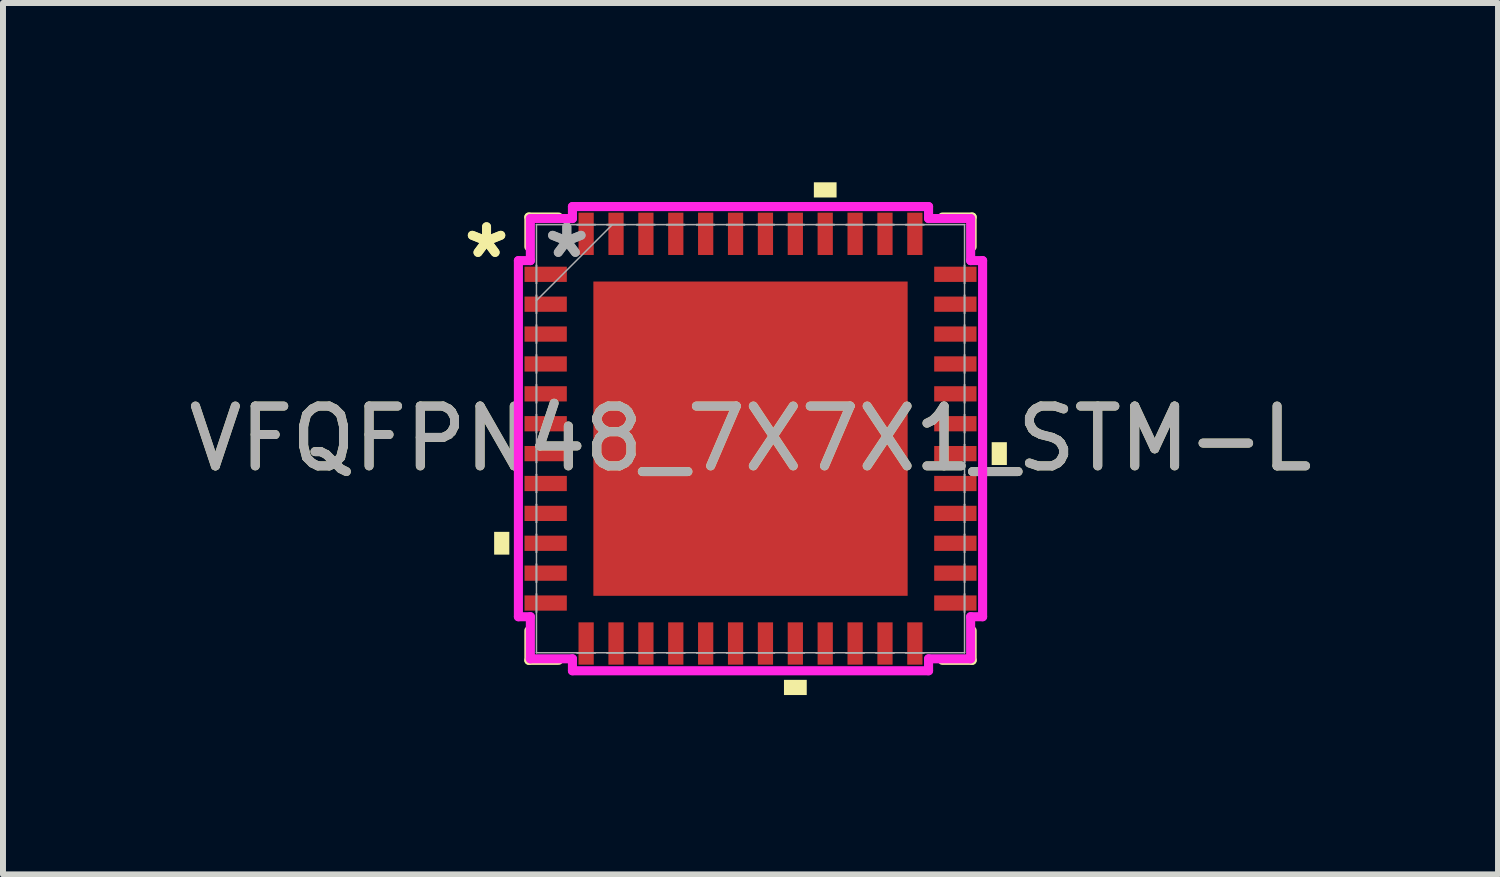
<source format=kicad_pcb>
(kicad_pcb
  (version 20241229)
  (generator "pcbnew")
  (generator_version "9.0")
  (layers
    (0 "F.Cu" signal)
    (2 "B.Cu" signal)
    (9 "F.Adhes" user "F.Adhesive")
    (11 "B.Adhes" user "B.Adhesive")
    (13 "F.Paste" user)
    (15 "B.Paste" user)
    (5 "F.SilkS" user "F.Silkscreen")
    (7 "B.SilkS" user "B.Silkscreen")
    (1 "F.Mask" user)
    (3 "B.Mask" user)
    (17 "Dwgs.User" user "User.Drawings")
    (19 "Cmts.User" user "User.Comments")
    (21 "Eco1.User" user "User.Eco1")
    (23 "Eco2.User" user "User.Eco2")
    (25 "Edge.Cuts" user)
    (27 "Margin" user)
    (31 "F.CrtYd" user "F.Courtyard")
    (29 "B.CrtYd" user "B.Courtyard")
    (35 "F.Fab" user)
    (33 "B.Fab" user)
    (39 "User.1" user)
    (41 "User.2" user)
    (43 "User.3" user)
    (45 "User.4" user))
  (footprint "VFQFPN48_7X7X1_STM-L"
    (layer "F.Cu")
    (at 9.506 4.289)
    (property "Reference" "VFQFPN48_7X7X1_STM-L" (at 0 0 0) (unlocked yes) (layer "F.SilkS") (effects (font (size 1 1) (thickness 0.15))))
    (attr smd)
    (fp_line (start -3.708 -3.708) (end -3.708 -3.21) (stroke (width 0.152) (type solid)) (layer "F.SilkS"))
    (fp_line (start -3.708 3.21) (end -3.708 3.708) (stroke (width 0.152) (type solid)) (layer "F.SilkS"))
    (fp_line (start -3.708 3.708) (end -3.21 3.708) (stroke (width 0.152) (type solid)) (layer "F.SilkS"))
    (fp_line (start -3.21 -3.708) (end -3.708 -3.708) (stroke (width 0.152) (type solid)) (layer "F.SilkS"))
    (fp_line (start 3.21 3.708) (end 3.708 3.708) (stroke (width 0.152) (type solid)) (layer "F.SilkS"))
    (fp_line (start 3.708 -3.708) (end 3.21 -3.708) (stroke (width 0.152) (type solid)) (layer "F.SilkS"))
    (fp_line (start 3.708 -3.21) (end 3.708 -3.708) (stroke (width 0.152) (type solid)) (layer "F.SilkS"))
    (fp_line (start 3.708 3.708) (end 3.708 3.21) (stroke (width 0.152) (type solid)) (layer "F.SilkS"))
    (fp_poly (pts (xy -4.289 1.559) (xy -4.289 1.94) (xy -4.035 1.94) (xy -4.035 1.559)) (stroke (width 0) (type solid)) (fill yes) (layer "F.SilkS"))
    (fp_poly (pts (xy 0.56 4.035) (xy 0.56 4.289) (xy 0.941 4.289) (xy 0.941 4.035)) (stroke (width 0) (type solid)) (fill yes) (layer "F.SilkS"))
    (fp_poly (pts (xy 1.06 -4.035) (xy 1.06 -4.289) (xy 1.44 -4.289) (xy 1.44 -4.035)) (stroke (width 0) (type solid)) (fill yes) (layer "F.SilkS"))
    (fp_poly (pts (xy 4.289 0.059) (xy 4.289 0.441) (xy 4.035 0.441) (xy 4.035 0.059)) (stroke (width 0) (type solid)) (fill yes) (layer "F.SilkS"))
    (fp_poly (pts (xy -2.529 -2.529) (xy -2.529 -1.414) (xy -1.414 -1.414) (xy -1.414 -2.529)) (stroke (width 0) (type solid)) (fill yes) (layer "F.Paste"))
    (fp_poly (pts (xy -2.529 -1.214) (xy -2.529 -0.1) (xy -1.414 -0.1) (xy -1.414 -1.214)) (stroke (width 0) (type solid)) (fill yes) (layer "F.Paste"))
    (fp_poly (pts (xy -2.529 0.1) (xy -2.529 1.214) (xy -1.414 1.214) (xy -1.414 0.1)) (stroke (width 0) (type solid)) (fill yes) (layer "F.Paste"))
    (fp_poly (pts (xy -2.529 1.414) (xy -2.529 2.529) (xy -1.414 2.529) (xy -1.414 1.414)) (stroke (width 0) (type solid)) (fill yes) (layer "F.Paste"))
    (fp_poly (pts (xy -1.214 -2.529) (xy -1.214 -1.414) (xy -0.1 -1.414) (xy -0.1 -2.529)) (stroke (width 0) (type solid)) (fill yes) (layer "F.Paste"))
    (fp_poly (pts (xy -1.214 -1.214) (xy -1.214 -0.1) (xy -0.1 -0.1) (xy -0.1 -1.214)) (stroke (width 0) (type solid)) (fill yes) (layer "F.Paste"))
    (fp_poly (pts (xy -1.214 0.1) (xy -1.214 1.214) (xy -0.1 1.214) (xy -0.1 0.1)) (stroke (width 0) (type solid)) (fill yes) (layer "F.Paste"))
    (fp_poly (pts (xy -1.214 1.414) (xy -1.214 2.529) (xy -0.1 2.529) (xy -0.1 1.414)) (stroke (width 0) (type solid)) (fill yes) (layer "F.Paste"))
    (fp_poly (pts (xy 0.1 -2.529) (xy 0.1 -1.414) (xy 1.214 -1.414) (xy 1.214 -2.529)) (stroke (width 0) (type solid)) (fill yes) (layer "F.Paste"))
    (fp_poly (pts (xy 0.1 -1.214) (xy 0.1 -0.1) (xy 1.214 -0.1) (xy 1.214 -1.214)) (stroke (width 0) (type solid)) (fill yes) (layer "F.Paste"))
    (fp_poly (pts (xy 0.1 0.1) (xy 0.1 1.214) (xy 1.214 1.214) (xy 1.214 0.1)) (stroke (width 0) (type solid)) (fill yes) (layer "F.Paste"))
    (fp_poly (pts (xy 0.1 1.414) (xy 0.1 2.529) (xy 1.214 2.529) (xy 1.214 1.414)) (stroke (width 0) (type solid)) (fill yes) (layer "F.Paste"))
    (fp_poly (pts (xy 1.414 -2.529) (xy 1.414 -1.414) (xy 2.529 -1.414) (xy 2.529 -2.529)) (stroke (width 0) (type solid)) (fill yes) (layer "F.Paste"))
    (fp_poly (pts (xy 1.414 -1.214) (xy 1.414 -0.1) (xy 2.529 -0.1) (xy 2.529 -1.214)) (stroke (width 0) (type solid)) (fill yes) (layer "F.Paste"))
    (fp_poly (pts (xy 1.414 0.1) (xy 1.414 1.214) (xy 2.529 1.214) (xy 2.529 0.1)) (stroke (width 0) (type solid)) (fill yes) (layer "F.Paste"))
    (fp_poly (pts (xy 1.414 1.414) (xy 1.414 2.529) (xy 2.529 2.529) (xy 2.529 1.414)) (stroke (width 0) (type solid)) (fill yes) (layer "F.Paste"))
    (fp_line (start -3.883 -2.979) (end -3.683 -2.979) (stroke (width 0.152) (type solid)) (layer "F.CrtYd"))
    (fp_line (start -3.883 2.979) (end -3.883 -2.979) (stroke (width 0.152) (type solid)) (layer "F.CrtYd"))
    (fp_line (start -3.683 -3.683) (end -2.979 -3.683) (stroke (width 0.152) (type solid)) (layer "F.CrtYd"))
    (fp_line (start -3.683 -2.979) (end -3.683 -3.683) (stroke (width 0.152) (type solid)) (layer "F.CrtYd"))
    (fp_line (start -3.683 2.979) (end -3.883 2.979) (stroke (width 0.152) (type solid)) (layer "F.CrtYd"))
    (fp_line (start -3.683 3.683) (end -3.683 2.979) (stroke (width 0.152) (type solid)) (layer "F.CrtYd"))
    (fp_line (start -2.979 -3.883) (end 2.979 -3.883) (stroke (width 0.152) (type solid)) (layer "F.CrtYd"))
    (fp_line (start -2.979 -3.683) (end -2.979 -3.883) (stroke (width 0.152) (type solid)) (layer "F.CrtYd"))
    (fp_line (start -2.979 3.683) (end -3.683 3.683) (stroke (width 0.152) (type solid)) (layer "F.CrtYd"))
    (fp_line (start -2.979 3.883) (end -2.979 3.683) (stroke (width 0.152) (type solid)) (layer "F.CrtYd"))
    (fp_line (start 2.979 -3.883) (end 2.979 -3.683) (stroke (width 0.152) (type solid)) (layer "F.CrtYd"))
    (fp_line (start 2.979 -3.683) (end 3.683 -3.683) (stroke (width 0.152) (type solid)) (layer "F.CrtYd"))
    (fp_line (start 2.979 3.683) (end 2.979 3.883) (stroke (width 0.152) (type solid)) (layer "F.CrtYd"))
    (fp_line (start 2.979 3.883) (end -2.979 3.883) (stroke (width 0.152) (type solid)) (layer "F.CrtYd"))
    (fp_line (start 3.683 -3.683) (end 3.683 -2.979) (stroke (width 0.152) (type solid)) (layer "F.CrtYd"))
    (fp_line (start 3.683 -2.979) (end 3.883 -2.979) (stroke (width 0.152) (type solid)) (layer "F.CrtYd"))
    (fp_line (start 3.683 2.979) (end 3.683 3.683) (stroke (width 0.152) (type solid)) (layer "F.CrtYd"))
    (fp_line (start 3.683 3.683) (end 2.979 3.683) (stroke (width 0.152) (type solid)) (layer "F.CrtYd"))
    (fp_line (start 3.883 -2.979) (end 3.883 2.979) (stroke (width 0.152) (type solid)) (layer "F.CrtYd"))
    (fp_line (start 3.883 2.979) (end 3.683 2.979) (stroke (width 0.152) (type solid)) (layer "F.CrtYd"))
    (fp_line (start -3.581 -3.581) (end -3.581 -3.581) (stroke (width 0.025) (type solid)) (layer "F.Fab"))
    (fp_line (start -3.581 -3.581) (end -3.581 3.581) (stroke (width 0.025) (type solid)) (layer "F.Fab"))
    (fp_line (start -3.581 -2.902) (end -3.581 -2.902) (stroke (width 0.025) (type solid)) (layer "F.Fab"))
    (fp_line (start -3.581 -2.902) (end -3.581 -2.598) (stroke (width 0.025) (type solid)) (layer "F.Fab"))
    (fp_line (start -3.581 -2.598) (end -3.581 -2.902) (stroke (width 0.025) (type solid)) (layer "F.Fab"))
    (fp_line (start -3.581 -2.598) (end -3.581 -2.598) (stroke (width 0.025) (type solid)) (layer "F.Fab"))
    (fp_line (start -3.581 -2.402) (end -3.581 -2.402) (stroke (width 0.025) (type solid)) (layer "F.Fab"))
    (fp_line (start -3.581 -2.402) (end -3.581 -2.098) (stroke (width 0.025) (type solid)) (layer "F.Fab"))
    (fp_line (start -3.581 -2.311) (end -2.311 -3.581) (stroke (width 0.025) (type solid)) (layer "F.Fab"))
    (fp_line (start -3.581 -2.098) (end -3.581 -2.402) (stroke (width 0.025) (type solid)) (layer "F.Fab"))
    (fp_line (start -3.581 -2.098) (end -3.581 -2.098) (stroke (width 0.025) (type solid)) (layer "F.Fab"))
    (fp_line (start -3.581 -1.902) (end -3.581 -1.902) (stroke (width 0.025) (type solid)) (layer "F.Fab"))
    (fp_line (start -3.581 -1.902) (end -3.581 -1.598) (stroke (width 0.025) (type solid)) (layer "F.Fab"))
    (fp_line (start -3.581 -1.598) (end -3.581 -1.902) (stroke (width 0.025) (type solid)) (layer "F.Fab"))
    (fp_line (start -3.581 -1.598) (end -3.581 -1.598) (stroke (width 0.025) (type solid)) (layer "F.Fab"))
    (fp_line (start -3.581 -1.402) (end -3.581 -1.402) (stroke (width 0.025) (type solid)) (layer "F.Fab"))
    (fp_line (start -3.581 -1.402) (end -3.581 -1.098) (stroke (width 0.025) (type solid)) (layer "F.Fab"))
    (fp_line (start -3.581 -1.098) (end -3.581 -1.402) (stroke (width 0.025) (type solid)) (layer "F.Fab"))
    (fp_line (start -3.581 -1.098) (end -3.581 -1.098) (stroke (width 0.025) (type solid)) (layer "F.Fab"))
    (fp_line (start -3.581 -0.902) (end -3.581 -0.902) (stroke (width 0.025) (type solid)) (layer "F.Fab"))
    (fp_line (start -3.581 -0.902) (end -3.581 -0.598) (stroke (width 0.025) (type solid)) (layer "F.Fab"))
    (fp_line (start -3.581 -0.598) (end -3.581 -0.902) (stroke (width 0.025) (type solid)) (layer "F.Fab"))
    (fp_line (start -3.581 -0.598) (end -3.581 -0.598) (stroke (width 0.025) (type solid)) (layer "F.Fab"))
    (fp_line (start -3.581 -0.402) (end -3.581 -0.402) (stroke (width 0.025) (type solid)) (layer "F.Fab"))
    (fp_line (start -3.581 -0.402) (end -3.581 -0.098) (stroke (width 0.025) (type solid)) (layer "F.Fab"))
    (fp_line (start -3.581 -0.098) (end -3.581 -0.402) (stroke (width 0.025) (type solid)) (layer "F.Fab"))
    (fp_line (start -3.581 -0.098) (end -3.581 -0.098) (stroke (width 0.025) (type solid)) (layer "F.Fab"))
    (fp_line (start -3.581 0.098) (end -3.581 0.098) (stroke (width 0.025) (type solid)) (layer "F.Fab"))
    (fp_line (start -3.581 0.098) (end -3.581 0.402) (stroke (width 0.025) (type solid)) (layer "F.Fab"))
    (fp_line (start -3.581 0.402) (end -3.581 0.098) (stroke (width 0.025) (type solid)) (layer "F.Fab"))
    (fp_line (start -3.581 0.402) (end -3.581 0.402) (stroke (width 0.025) (type solid)) (layer "F.Fab"))
    (fp_line (start -3.581 0.598) (end -3.581 0.598) (stroke (width 0.025) (type solid)) (layer "F.Fab"))
    (fp_line (start -3.581 0.598) (end -3.581 0.902) (stroke (width 0.025) (type solid)) (layer "F.Fab"))
    (fp_line (start -3.581 0.902) (end -3.581 0.598) (stroke (width 0.025) (type solid)) (layer "F.Fab"))
    (fp_line (start -3.581 0.902) (end -3.581 0.902) (stroke (width 0.025) (type solid)) (layer "F.Fab"))
    (fp_line (start -3.581 1.098) (end -3.581 1.098) (stroke (width 0.025) (type solid)) (layer "F.Fab"))
    (fp_line (start -3.581 1.098) (end -3.581 1.402) (stroke (width 0.025) (type solid)) (layer "F.Fab"))
    (fp_line (start -3.581 1.402) (end -3.581 1.098) (stroke (width 0.025) (type solid)) (layer "F.Fab"))
    (fp_line (start -3.581 1.402) (end -3.581 1.402) (stroke (width 0.025) (type solid)) (layer "F.Fab"))
    (fp_line (start -3.581 1.598) (end -3.581 1.598) (stroke (width 0.025) (type solid)) (layer "F.Fab"))
    (fp_line (start -3.581 1.598) (end -3.581 1.902) (stroke (width 0.025) (type solid)) (layer "F.Fab"))
    (fp_line (start -3.581 1.902) (end -3.581 1.598) (stroke (width 0.025) (type solid)) (layer "F.Fab"))
    (fp_line (start -3.581 1.902) (end -3.581 1.902) (stroke (width 0.025) (type solid)) (layer "F.Fab"))
    (fp_line (start -3.581 2.098) (end -3.581 2.098) (stroke (width 0.025) (type solid)) (layer "F.Fab"))
    (fp_line (start -3.581 2.098) (end -3.581 2.402) (stroke (width 0.025) (type solid)) (layer "F.Fab"))
    (fp_line (start -3.581 2.402) (end -3.581 2.098) (stroke (width 0.025) (type solid)) (layer "F.Fab"))
    (fp_line (start -3.581 2.402) (end -3.581 2.402) (stroke (width 0.025) (type solid)) (layer "F.Fab"))
    (fp_line (start -3.581 2.598) (end -3.581 2.598) (stroke (width 0.025) (type solid)) (layer "F.Fab"))
    (fp_line (start -3.581 2.598) (end -3.581 2.902) (stroke (width 0.025) (type solid)) (layer "F.Fab"))
    (fp_line (start -3.581 2.902) (end -3.581 2.598) (stroke (width 0.025) (type solid)) (layer "F.Fab"))
    (fp_line (start -3.581 2.902) (end -3.581 2.902) (stroke (width 0.025) (type solid)) (layer "F.Fab"))
    (fp_line (start -3.581 3.581) (end -3.581 3.581) (stroke (width 0.025) (type solid)) (layer "F.Fab"))
    (fp_line (start -3.581 3.581) (end 3.581 3.581) (stroke (width 0.025) (type solid)) (layer "F.Fab"))
    (fp_line (start -2.902 -3.581) (end -2.902 -3.581) (stroke (width 0.025) (type solid)) (layer "F.Fab"))
    (fp_line (start -2.902 -3.581) (end -2.598 -3.581) (stroke (width 0.025) (type solid)) (layer "F.Fab"))
    (fp_line (start -2.902 3.581) (end -2.902 3.581) (stroke (width 0.025) (type solid)) (layer "F.Fab"))
    (fp_line (start -2.902 3.581) (end -2.598 3.581) (stroke (width 0.025) (type solid)) (layer "F.Fab"))
    (fp_line (start -2.598 -3.581) (end -2.902 -3.581) (stroke (width 0.025) (type solid)) (layer "F.Fab"))
    (fp_line (start -2.598 -3.581) (end -2.598 -3.581) (stroke (width 0.025) (type solid)) (layer "F.Fab"))
    (fp_line (start -2.598 3.581) (end -2.902 3.581) (stroke (width 0.025) (type solid)) (layer "F.Fab"))
    (fp_line (start -2.598 3.581) (end -2.598 3.581) (stroke (width 0.025) (type solid)) (layer "F.Fab"))
    (fp_line (start -2.402 -3.581) (end -2.402 -3.581) (stroke (width 0.025) (type solid)) (layer "F.Fab"))
    (fp_line (start -2.402 -3.581) (end -2.098 -3.581) (stroke (width 0.025) (type solid)) (layer "F.Fab"))
    (fp_line (start -2.402 3.581) (end -2.402 3.581) (stroke (width 0.025) (type solid)) (layer "F.Fab"))
    (fp_line (start -2.402 3.581) (end -2.098 3.581) (stroke (width 0.025) (type solid)) (layer "F.Fab"))
    (fp_line (start -2.098 -3.581) (end -2.402 -3.581) (stroke (width 0.025) (type solid)) (layer "F.Fab"))
    (fp_line (start -2.098 -3.581) (end -2.098 -3.581) (stroke (width 0.025) (type solid)) (layer "F.Fab"))
    (fp_line (start -2.098 3.581) (end -2.402 3.581) (stroke (width 0.025) (type solid)) (layer "F.Fab"))
    (fp_line (start -2.098 3.581) (end -2.098 3.581) (stroke (width 0.025) (type solid)) (layer "F.Fab"))
    (fp_line (start -1.902 -3.581) (end -1.902 -3.581) (stroke (width 0.025) (type solid)) (layer "F.Fab"))
    (fp_line (start -1.902 -3.581) (end -1.598 -3.581) (stroke (width 0.025) (type solid)) (layer "F.Fab"))
    (fp_line (start -1.902 3.581) (end -1.902 3.581) (stroke (width 0.025) (type solid)) (layer "F.Fab"))
    (fp_line (start -1.902 3.581) (end -1.598 3.581) (stroke (width 0.025) (type solid)) (layer "F.Fab"))
    (fp_line (start -1.598 -3.581) (end -1.902 -3.581) (stroke (width 0.025) (type solid)) (layer "F.Fab"))
    (fp_line (start -1.598 -3.581) (end -1.598 -3.581) (stroke (width 0.025) (type solid)) (layer "F.Fab"))
    (fp_line (start -1.598 3.581) (end -1.902 3.581) (stroke (width 0.025) (type solid)) (layer "F.Fab"))
    (fp_line (start -1.598 3.581) (end -1.598 3.581) (stroke (width 0.025) (type solid)) (layer "F.Fab"))
    (fp_line (start -1.402 -3.581) (end -1.402 -3.581) (stroke (width 0.025) (type solid)) (layer "F.Fab"))
    (fp_line (start -1.402 -3.581) (end -1.098 -3.581) (stroke (width 0.025) (type solid)) (layer "F.Fab"))
    (fp_line (start -1.402 3.581) (end -1.402 3.581) (stroke (width 0.025) (type solid)) (layer "F.Fab"))
    (fp_line (start -1.402 3.581) (end -1.098 3.581) (stroke (width 0.025) (type solid)) (layer "F.Fab"))
    (fp_line (start -1.098 -3.581) (end -1.402 -3.581) (stroke (width 0.025) (type solid)) (layer "F.Fab"))
    (fp_line (start -1.098 -3.581) (end -1.098 -3.581) (stroke (width 0.025) (type solid)) (layer "F.Fab"))
    (fp_line (start -1.098 3.581) (end -1.402 3.581) (stroke (width 0.025) (type solid)) (layer "F.Fab"))
    (fp_line (start -1.098 3.581) (end -1.098 3.581) (stroke (width 0.025) (type solid)) (layer "F.Fab"))
    (fp_line (start -0.902 -3.581) (end -0.902 -3.581) (stroke (width 0.025) (type solid)) (layer "F.Fab"))
    (fp_line (start -0.902 -3.581) (end -0.598 -3.581) (stroke (width 0.025) (type solid)) (layer "F.Fab"))
    (fp_line (start -0.902 3.581) (end -0.902 3.581) (stroke (width 0.025) (type solid)) (layer "F.Fab"))
    (fp_line (start -0.902 3.581) (end -0.598 3.581) (stroke (width 0.025) (type solid)) (layer "F.Fab"))
    (fp_line (start -0.598 -3.581) (end -0.902 -3.581) (stroke (width 0.025) (type solid)) (layer "F.Fab"))
    (fp_line (start -0.598 -3.581) (end -0.598 -3.581) (stroke (width 0.025) (type solid)) (layer "F.Fab"))
    (fp_line (start -0.598 3.581) (end -0.902 3.581) (stroke (width 0.025) (type solid)) (layer "F.Fab"))
    (fp_line (start -0.598 3.581) (end -0.598 3.581) (stroke (width 0.025) (type solid)) (layer "F.Fab"))
    (fp_line (start -0.402 -3.581) (end -0.402 -3.581) (stroke (width 0.025) (type solid)) (layer "F.Fab"))
    (fp_line (start -0.402 -3.581) (end -0.098 -3.581) (stroke (width 0.025) (type solid)) (layer "F.Fab"))
    (fp_line (start -0.402 3.581) (end -0.402 3.581) (stroke (width 0.025) (type solid)) (layer "F.Fab"))
    (fp_line (start -0.402 3.581) (end -0.098 3.581) (stroke (width 0.025) (type solid)) (layer "F.Fab"))
    (fp_line (start -0.098 -3.581) (end -0.402 -3.581) (stroke (width 0.025) (type solid)) (layer "F.Fab"))
    (fp_line (start -0.098 -3.581) (end -0.098 -3.581) (stroke (width 0.025) (type solid)) (layer "F.Fab"))
    (fp_line (start -0.098 3.581) (end -0.402 3.581) (stroke (width 0.025) (type solid)) (layer "F.Fab"))
    (fp_line (start -0.098 3.581) (end -0.098 3.581) (stroke (width 0.025) (type solid)) (layer "F.Fab"))
    (fp_line (start 0.098 -3.581) (end 0.098 -3.581) (stroke (width 0.025) (type solid)) (layer "F.Fab"))
    (fp_line (start 0.098 -3.581) (end 0.402 -3.581) (stroke (width 0.025) (type solid)) (layer "F.Fab"))
    (fp_line (start 0.098 3.581) (end 0.098 3.581) (stroke (width 0.025) (type solid)) (layer "F.Fab"))
    (fp_line (start 0.098 3.581) (end 0.402 3.581) (stroke (width 0.025) (type solid)) (layer "F.Fab"))
    (fp_line (start 0.402 -3.581) (end 0.098 -3.581) (stroke (width 0.025) (type solid)) (layer "F.Fab"))
    (fp_line (start 0.402 -3.581) (end 0.402 -3.581) (stroke (width 0.025) (type solid)) (layer "F.Fab"))
    (fp_line (start 0.402 3.581) (end 0.098 3.581) (stroke (width 0.025) (type solid)) (layer "F.Fab"))
    (fp_line (start 0.402 3.581) (end 0.402 3.581) (stroke (width 0.025) (type solid)) (layer "F.Fab"))
    (fp_line (start 0.598 -3.581) (end 0.598 -3.581) (stroke (width 0.025) (type solid)) (layer "F.Fab"))
    (fp_line (start 0.598 -3.581) (end 0.902 -3.581) (stroke (width 0.025) (type solid)) (layer "F.Fab"))
    (fp_line (start 0.598 3.581) (end 0.598 3.581) (stroke (width 0.025) (type solid)) (layer "F.Fab"))
    (fp_line (start 0.598 3.581) (end 0.902 3.581) (stroke (width 0.025) (type solid)) (layer "F.Fab"))
    (fp_line (start 0.902 -3.581) (end 0.598 -3.581) (stroke (width 0.025) (type solid)) (layer "F.Fab"))
    (fp_line (start 0.902 -3.581) (end 0.902 -3.581) (stroke (width 0.025) (type solid)) (layer "F.Fab"))
    (fp_line (start 0.902 3.581) (end 0.598 3.581) (stroke (width 0.025) (type solid)) (layer "F.Fab"))
    (fp_line (start 0.902 3.581) (end 0.902 3.581) (stroke (width 0.025) (type solid)) (layer "F.Fab"))
    (fp_line (start 1.098 -3.581) (end 1.098 -3.581) (stroke (width 0.025) (type solid)) (layer "F.Fab"))
    (fp_line (start 1.098 -3.581) (end 1.402 -3.581) (stroke (width 0.025) (type solid)) (layer "F.Fab"))
    (fp_line (start 1.098 3.581) (end 1.098 3.581) (stroke (width 0.025) (type solid)) (layer "F.Fab"))
    (fp_line (start 1.098 3.581) (end 1.402 3.581) (stroke (width 0.025) (type solid)) (layer "F.Fab"))
    (fp_line (start 1.402 -3.581) (end 1.098 -3.581) (stroke (width 0.025) (type solid)) (layer "F.Fab"))
    (fp_line (start 1.402 -3.581) (end 1.402 -3.581) (stroke (width 0.025) (type solid)) (layer "F.Fab"))
    (fp_line (start 1.402 3.581) (end 1.098 3.581) (stroke (width 0.025) (type solid)) (layer "F.Fab"))
    (fp_line (start 1.402 3.581) (end 1.402 3.581) (stroke (width 0.025) (type solid)) (layer "F.Fab"))
    (fp_line (start 1.598 -3.581) (end 1.598 -3.581) (stroke (width 0.025) (type solid)) (layer "F.Fab"))
    (fp_line (start 1.598 -3.581) (end 1.902 -3.581) (stroke (width 0.025) (type solid)) (layer "F.Fab"))
    (fp_line (start 1.598 3.581) (end 1.598 3.581) (stroke (width 0.025) (type solid)) (layer "F.Fab"))
    (fp_line (start 1.598 3.581) (end 1.902 3.581) (stroke (width 0.025) (type solid)) (layer "F.Fab"))
    (fp_line (start 1.902 -3.581) (end 1.598 -3.581) (stroke (width 0.025) (type solid)) (layer "F.Fab"))
    (fp_line (start 1.902 -3.581) (end 1.902 -3.581) (stroke (width 0.025) (type solid)) (layer "F.Fab"))
    (fp_line (start 1.902 3.581) (end 1.598 3.581) (stroke (width 0.025) (type solid)) (layer "F.Fab"))
    (fp_line (start 1.902 3.581) (end 1.902 3.581) (stroke (width 0.025) (type solid)) (layer "F.Fab"))
    (fp_line (start 2.098 -3.581) (end 2.098 -3.581) (stroke (width 0.025) (type solid)) (layer "F.Fab"))
    (fp_line (start 2.098 -3.581) (end 2.402 -3.581) (stroke (width 0.025) (type solid)) (layer "F.Fab"))
    (fp_line (start 2.098 3.581) (end 2.098 3.581) (stroke (width 0.025) (type solid)) (layer "F.Fab"))
    (fp_line (start 2.098 3.581) (end 2.402 3.581) (stroke (width 0.025) (type solid)) (layer "F.Fab"))
    (fp_line (start 2.402 -3.581) (end 2.098 -3.581) (stroke (width 0.025) (type solid)) (layer "F.Fab"))
    (fp_line (start 2.402 -3.581) (end 2.402 -3.581) (stroke (width 0.025) (type solid)) (layer "F.Fab"))
    (fp_line (start 2.402 3.581) (end 2.098 3.581) (stroke (width 0.025) (type solid)) (layer "F.Fab"))
    (fp_line (start 2.402 3.581) (end 2.402 3.581) (stroke (width 0.025) (type solid)) (layer "F.Fab"))
    (fp_line (start 2.598 -3.581) (end 2.598 -3.581) (stroke (width 0.025) (type solid)) (layer "F.Fab"))
    (fp_line (start 2.598 -3.581) (end 2.902 -3.581) (stroke (width 0.025) (type solid)) (layer "F.Fab"))
    (fp_line (start 2.598 3.581) (end 2.598 3.581) (stroke (width 0.025) (type solid)) (layer "F.Fab"))
    (fp_line (start 2.598 3.581) (end 2.902 3.581) (stroke (width 0.025) (type solid)) (layer "F.Fab"))
    (fp_line (start 2.902 -3.581) (end 2.598 -3.581) (stroke (width 0.025) (type solid)) (layer "F.Fab"))
    (fp_line (start 2.902 -3.581) (end 2.902 -3.581) (stroke (width 0.025) (type solid)) (layer "F.Fab"))
    (fp_line (start 2.902 3.581) (end 2.598 3.581) (stroke (width 0.025) (type solid)) (layer "F.Fab"))
    (fp_line (start 2.902 3.581) (end 2.902 3.581) (stroke (width 0.025) (type solid)) (layer "F.Fab"))
    (fp_line (start 3.581 -3.581) (end -3.581 -3.581) (stroke (width 0.025) (type solid)) (layer "F.Fab"))
    (fp_line (start 3.581 -3.581) (end 3.581 -3.581) (stroke (width 0.025) (type solid)) (layer "F.Fab"))
    (fp_line (start 3.581 -2.902) (end 3.581 -2.902) (stroke (width 0.025) (type solid)) (layer "F.Fab"))
    (fp_line (start 3.581 -2.902) (end 3.581 -2.598) (stroke (width 0.025) (type solid)) (layer "F.Fab"))
    (fp_line (start 3.581 -2.598) (end 3.581 -2.902) (stroke (width 0.025) (type solid)) (layer "F.Fab"))
    (fp_line (start 3.581 -2.598) (end 3.581 -2.598) (stroke (width 0.025) (type solid)) (layer "F.Fab"))
    (fp_line (start 3.581 -2.402) (end 3.581 -2.402) (stroke (width 0.025) (type solid)) (layer "F.Fab"))
    (fp_line (start 3.581 -2.402) (end 3.581 -2.098) (stroke (width 0.025) (type solid)) (layer "F.Fab"))
    (fp_line (start 3.581 -2.098) (end 3.581 -2.402) (stroke (width 0.025) (type solid)) (layer "F.Fab"))
    (fp_line (start 3.581 -2.098) (end 3.581 -2.098) (stroke (width 0.025) (type solid)) (layer "F.Fab"))
    (fp_line (start 3.581 -1.902) (end 3.581 -1.902) (stroke (width 0.025) (type solid)) (layer "F.Fab"))
    (fp_line (start 3.581 -1.902) (end 3.581 -1.598) (stroke (width 0.025) (type solid)) (layer "F.Fab"))
    (fp_line (start 3.581 -1.598) (end 3.581 -1.902) (stroke (width 0.025) (type solid)) (layer "F.Fab"))
    (fp_line (start 3.581 -1.598) (end 3.581 -1.598) (stroke (width 0.025) (type solid)) (layer "F.Fab"))
    (fp_line (start 3.581 -1.402) (end 3.581 -1.402) (stroke (width 0.025) (type solid)) (layer "F.Fab"))
    (fp_line (start 3.581 -1.402) (end 3.581 -1.098) (stroke (width 0.025) (type solid)) (layer "F.Fab"))
    (fp_line (start 3.581 -1.098) (end 3.581 -1.402) (stroke (width 0.025) (type solid)) (layer "F.Fab"))
    (fp_line (start 3.581 -1.098) (end 3.581 -1.098) (stroke (width 0.025) (type solid)) (layer "F.Fab"))
    (fp_line (start 3.581 -0.902) (end 3.581 -0.902) (stroke (width 0.025) (type solid)) (layer "F.Fab"))
    (fp_line (start 3.581 -0.902) (end 3.581 -0.598) (stroke (width 0.025) (type solid)) (layer "F.Fab"))
    (fp_line (start 3.581 -0.598) (end 3.581 -0.902) (stroke (width 0.025) (type solid)) (layer "F.Fab"))
    (fp_line (start 3.581 -0.598) (end 3.581 -0.598) (stroke (width 0.025) (type solid)) (layer "F.Fab"))
    (fp_line (start 3.581 -0.402) (end 3.581 -0.402) (stroke (width 0.025) (type solid)) (layer "F.Fab"))
    (fp_line (start 3.581 -0.402) (end 3.581 -0.098) (stroke (width 0.025) (type solid)) (layer "F.Fab"))
    (fp_line (start 3.581 -0.098) (end 3.581 -0.402) (stroke (width 0.025) (type solid)) (layer "F.Fab"))
    (fp_line (start 3.581 -0.098) (end 3.581 -0.098) (stroke (width 0.025) (type solid)) (layer "F.Fab"))
    (fp_line (start 3.581 0.098) (end 3.581 0.098) (stroke (width 0.025) (type solid)) (layer "F.Fab"))
    (fp_line (start 3.581 0.098) (end 3.581 0.402) (stroke (width 0.025) (type solid)) (layer "F.Fab"))
    (fp_line (start 3.581 0.402) (end 3.581 0.098) (stroke (width 0.025) (type solid)) (layer "F.Fab"))
    (fp_line (start 3.581 0.402) (end 3.581 0.402) (stroke (width 0.025) (type solid)) (layer "F.Fab"))
    (fp_line (start 3.581 0.598) (end 3.581 0.598) (stroke (width 0.025) (type solid)) (layer "F.Fab"))
    (fp_line (start 3.581 0.598) (end 3.581 0.902) (stroke (width 0.025) (type solid)) (layer "F.Fab"))
    (fp_line (start 3.581 0.902) (end 3.581 0.598) (stroke (width 0.025) (type solid)) (layer "F.Fab"))
    (fp_line (start 3.581 0.902) (end 3.581 0.902) (stroke (width 0.025) (type solid)) (layer "F.Fab"))
    (fp_line (start 3.581 1.098) (end 3.581 1.098) (stroke (width 0.025) (type solid)) (layer "F.Fab"))
    (fp_line (start 3.581 1.098) (end 3.581 1.402) (stroke (width 0.025) (type solid)) (layer "F.Fab"))
    (fp_line (start 3.581 1.402) (end 3.581 1.098) (stroke (width 0.025) (type solid)) (layer "F.Fab"))
    (fp_line (start 3.581 1.402) (end 3.581 1.402) (stroke (width 0.025) (type solid)) (layer "F.Fab"))
    (fp_line (start 3.581 1.598) (end 3.581 1.598) (stroke (width 0.025) (type solid)) (layer "F.Fab"))
    (fp_line (start 3.581 1.598) (end 3.581 1.902) (stroke (width 0.025) (type solid)) (layer "F.Fab"))
    (fp_line (start 3.581 1.902) (end 3.581 1.598) (stroke (width 0.025) (type solid)) (layer "F.Fab"))
    (fp_line (start 3.581 1.902) (end 3.581 1.902) (stroke (width 0.025) (type solid)) (layer "F.Fab"))
    (fp_line (start 3.581 2.098) (end 3.581 2.098) (stroke (width 0.025) (type solid)) (layer "F.Fab"))
    (fp_line (start 3.581 2.098) (end 3.581 2.402) (stroke (width 0.025) (type solid)) (layer "F.Fab"))
    (fp_line (start 3.581 2.402) (end 3.581 2.098) (stroke (width 0.025) (type solid)) (layer "F.Fab"))
    (fp_line (start 3.581 2.402) (end 3.581 2.402) (stroke (width 0.025) (type solid)) (layer "F.Fab"))
    (fp_line (start 3.581 2.598) (end 3.581 2.598) (stroke (width 0.025) (type solid)) (layer "F.Fab"))
    (fp_line (start 3.581 2.598) (end 3.581 2.902) (stroke (width 0.025) (type solid)) (layer "F.Fab"))
    (fp_line (start 3.581 2.902) (end 3.581 2.598) (stroke (width 0.025) (type solid)) (layer "F.Fab"))
    (fp_line (start 3.581 2.902) (end 3.581 2.902) (stroke (width 0.025) (type solid)) (layer "F.Fab"))
    (fp_line (start 3.581 3.581) (end 3.581 -3.581) (stroke (width 0.025) (type solid)) (layer "F.Fab"))
    (fp_line (start 3.581 3.581) (end 3.581 3.581) (stroke (width 0.025) (type solid)) (layer "F.Fab"))
    (fp_text user "*" (at -4.416 -3 0) (unlocked yes) (layer "F.SilkS") (effects (font (size 1 1) (thickness 0.15))))
    (fp_text user "*" (at -4.416 -3 0) (layer "F.SilkS") (effects (font (size 1 1) (thickness 0.15))))
    (fp_text user "*" (at -3.073 -3 0) (layer "F.Fab") (effects (font (size 1 1) (thickness 0.15))))
    (fp_text user "${REFERENCE}" (at 0 0 0) (unlocked yes) (layer "F.Fab") (effects (font (size 1 1) (thickness 0.15))))
    (fp_text user "*" (at -3.073 -3 0) (unlocked yes) (layer "F.Fab") (effects (font (size 1 1) (thickness 0.15))))
    (pad "1" smd rect (at -3.427 -2.75 90) (size 0.255 0.708) (layers "F.Cu" "F.Mask" "F.Paste"))
    (pad "2" smd rect (at -3.427 -2.25 90) (size 0.255 0.708) (layers "F.Cu" "F.Mask" "F.Paste"))
    (pad "3" smd rect (at -3.427 -1.75 90) (size 0.255 0.708) (layers "F.Cu" "F.Mask" "F.Paste"))
    (pad "4" smd rect (at -3.427 -1.25 90) (size 0.255 0.708) (layers "F.Cu" "F.Mask" "F.Paste"))
    (pad "5" smd rect (at -3.427 -0.75 90) (size 0.255 0.708) (layers "F.Cu" "F.Mask" "F.Paste"))
    (pad "6" smd rect (at -3.427 -0.25 90) (size 0.255 0.708) (layers "F.Cu" "F.Mask" "F.Paste"))
    (pad "7" smd rect (at -3.427 0.25 90) (size 0.255 0.708) (layers "F.Cu" "F.Mask" "F.Paste"))
    (pad "8" smd rect (at -3.427 0.75 90) (size 0.255 0.708) (layers "F.Cu" "F.Mask" "F.Paste"))
    (pad "9" smd rect (at -3.427 1.25 90) (size 0.255 0.708) (layers "F.Cu" "F.Mask" "F.Paste"))
    (pad "10" smd rect (at -3.427 1.75 90) (size 0.255 0.708) (layers "F.Cu" "F.Mask" "F.Paste"))
    (pad "11" smd rect (at -3.427 2.25 90) (size 0.255 0.708) (layers "F.Cu" "F.Mask" "F.Paste"))
    (pad "12" smd rect (at -3.427 2.75 90) (size 0.255 0.708) (layers "F.Cu" "F.Mask" "F.Paste"))
    (pad "13" smd rect (at -2.75 3.427) (size 0.255 0.708) (layers "F.Cu" "F.Mask" "F.Paste"))
    (pad "14" smd rect (at -2.25 3.427) (size 0.255 0.708) (layers "F.Cu" "F.Mask" "F.Paste"))
    (pad "15" smd rect (at -1.75 3.427) (size 0.255 0.708) (layers "F.Cu" "F.Mask" "F.Paste"))
    (pad "16" smd rect (at -1.25 3.427) (size 0.255 0.708) (layers "F.Cu" "F.Mask" "F.Paste"))
    (pad "17" smd rect (at -0.75 3.427) (size 0.255 0.708) (layers "F.Cu" "F.Mask" "F.Paste"))
    (pad "18" smd rect (at -0.25 3.427) (size 0.255 0.708) (layers "F.Cu" "F.Mask" "F.Paste"))
    (pad "19" smd rect (at 0.25 3.427) (size 0.255 0.708) (layers "F.Cu" "F.Mask" "F.Paste"))
    (pad "20" smd rect (at 0.75 3.427) (size 0.255 0.708) (layers "F.Cu" "F.Mask" "F.Paste"))
    (pad "21" smd rect (at 1.25 3.427) (size 0.255 0.708) (layers "F.Cu" "F.Mask" "F.Paste"))
    (pad "22" smd rect (at 1.75 3.427) (size 0.255 0.708) (layers "F.Cu" "F.Mask" "F.Paste"))
    (pad "23" smd rect (at 2.25 3.427) (size 0.255 0.708) (layers "F.Cu" "F.Mask" "F.Paste"))
    (pad "24" smd rect (at 2.75 3.427) (size 0.255 0.708) (layers "F.Cu" "F.Mask" "F.Paste"))
    (pad "25" smd rect (at 3.427 2.75 90) (size 0.255 0.708) (layers "F.Cu" "F.Mask" "F.Paste"))
    (pad "26" smd rect (at 3.427 2.25 90) (size 0.255 0.708) (layers "F.Cu" "F.Mask" "F.Paste"))
    (pad "27" smd rect (at 3.427 1.75 90) (size 0.255 0.708) (layers "F.Cu" "F.Mask" "F.Paste"))
    (pad "28" smd rect (at 3.427 1.25 90) (size 0.255 0.708) (layers "F.Cu" "F.Mask" "F.Paste"))
    (pad "29" smd rect (at 3.427 0.75 90) (size 0.255 0.708) (layers "F.Cu" "F.Mask" "F.Paste"))
    (pad "30" smd rect (at 3.427 0.25 90) (size 0.255 0.708) (layers "F.Cu" "F.Mask" "F.Paste"))
    (pad "31" smd rect (at 3.427 -0.25 90) (size 0.255 0.708) (layers "F.Cu" "F.Mask" "F.Paste"))
    (pad "32" smd rect (at 3.427 -0.75 90) (size 0.255 0.708) (layers "F.Cu" "F.Mask" "F.Paste"))
    (pad "33" smd rect (at 3.427 -1.25 90) (size 0.255 0.708) (layers "F.Cu" "F.Mask" "F.Paste"))
    (pad "34" smd rect (at 3.427 -1.75 90) (size 0.255 0.708) (layers "F.Cu" "F.Mask" "F.Paste"))
    (pad "35" smd rect (at 3.427 -2.25 90) (size 0.255 0.708) (layers "F.Cu" "F.Mask" "F.Paste"))
    (pad "36" smd rect (at 3.427 -2.75 90) (size 0.255 0.708) (layers "F.Cu" "F.Mask" "F.Paste"))
    (pad "37" smd rect (at 2.75 -3.427) (size 0.255 0.708) (layers "F.Cu" "F.Mask" "F.Paste"))
    (pad "38" smd rect (at 2.25 -3.427) (size 0.255 0.708) (layers "F.Cu" "F.Mask" "F.Paste"))
    (pad "39" smd rect (at 1.75 -3.427) (size 0.255 0.708) (layers "F.Cu" "F.Mask" "F.Paste"))
    (pad "40" smd rect (at 1.25 -3.427) (size 0.255 0.708) (layers "F.Cu" "F.Mask" "F.Paste"))
    (pad "41" smd rect (at 0.75 -3.427) (size 0.255 0.708) (layers "F.Cu" "F.Mask" "F.Paste"))
    (pad "42" smd rect (at 0.25 -3.427) (size 0.255 0.708) (layers "F.Cu" "F.Mask" "F.Paste"))
    (pad "43" smd rect (at -0.25 -3.427) (size 0.255 0.708) (layers "F.Cu" "F.Mask" "F.Paste"))
    (pad "44" smd rect (at -0.75 -3.427) (size 0.255 0.708) (layers "F.Cu" "F.Mask" "F.Paste"))
    (pad "45" smd rect (at -1.25 -3.427) (size 0.255 0.708) (layers "F.Cu" "F.Mask" "F.Paste"))
    (pad "46" smd rect (at -1.75 -3.427) (size 0.255 0.708) (layers "F.Cu" "F.Mask" "F.Paste"))
    (pad "47" smd rect (at -2.25 -3.427) (size 0.255 0.708) (layers "F.Cu" "F.Mask" "F.Paste"))
    (pad "48" smd rect (at -2.75 -3.427) (size 0.255 0.708) (layers "F.Cu" "F.Mask" "F.Paste"))
    (pad "49" smd rect (at 0 0) (size 5.258 5.258) (layers "F.Cu" "F.Mask" "F.Paste")))
  (gr_rect
    (start -3 -3)
    (end 22.012 11.579)
    (stroke (width 0.1) (type default))
    (fill no)
    (layer "Edge.Cuts")))
</source>
